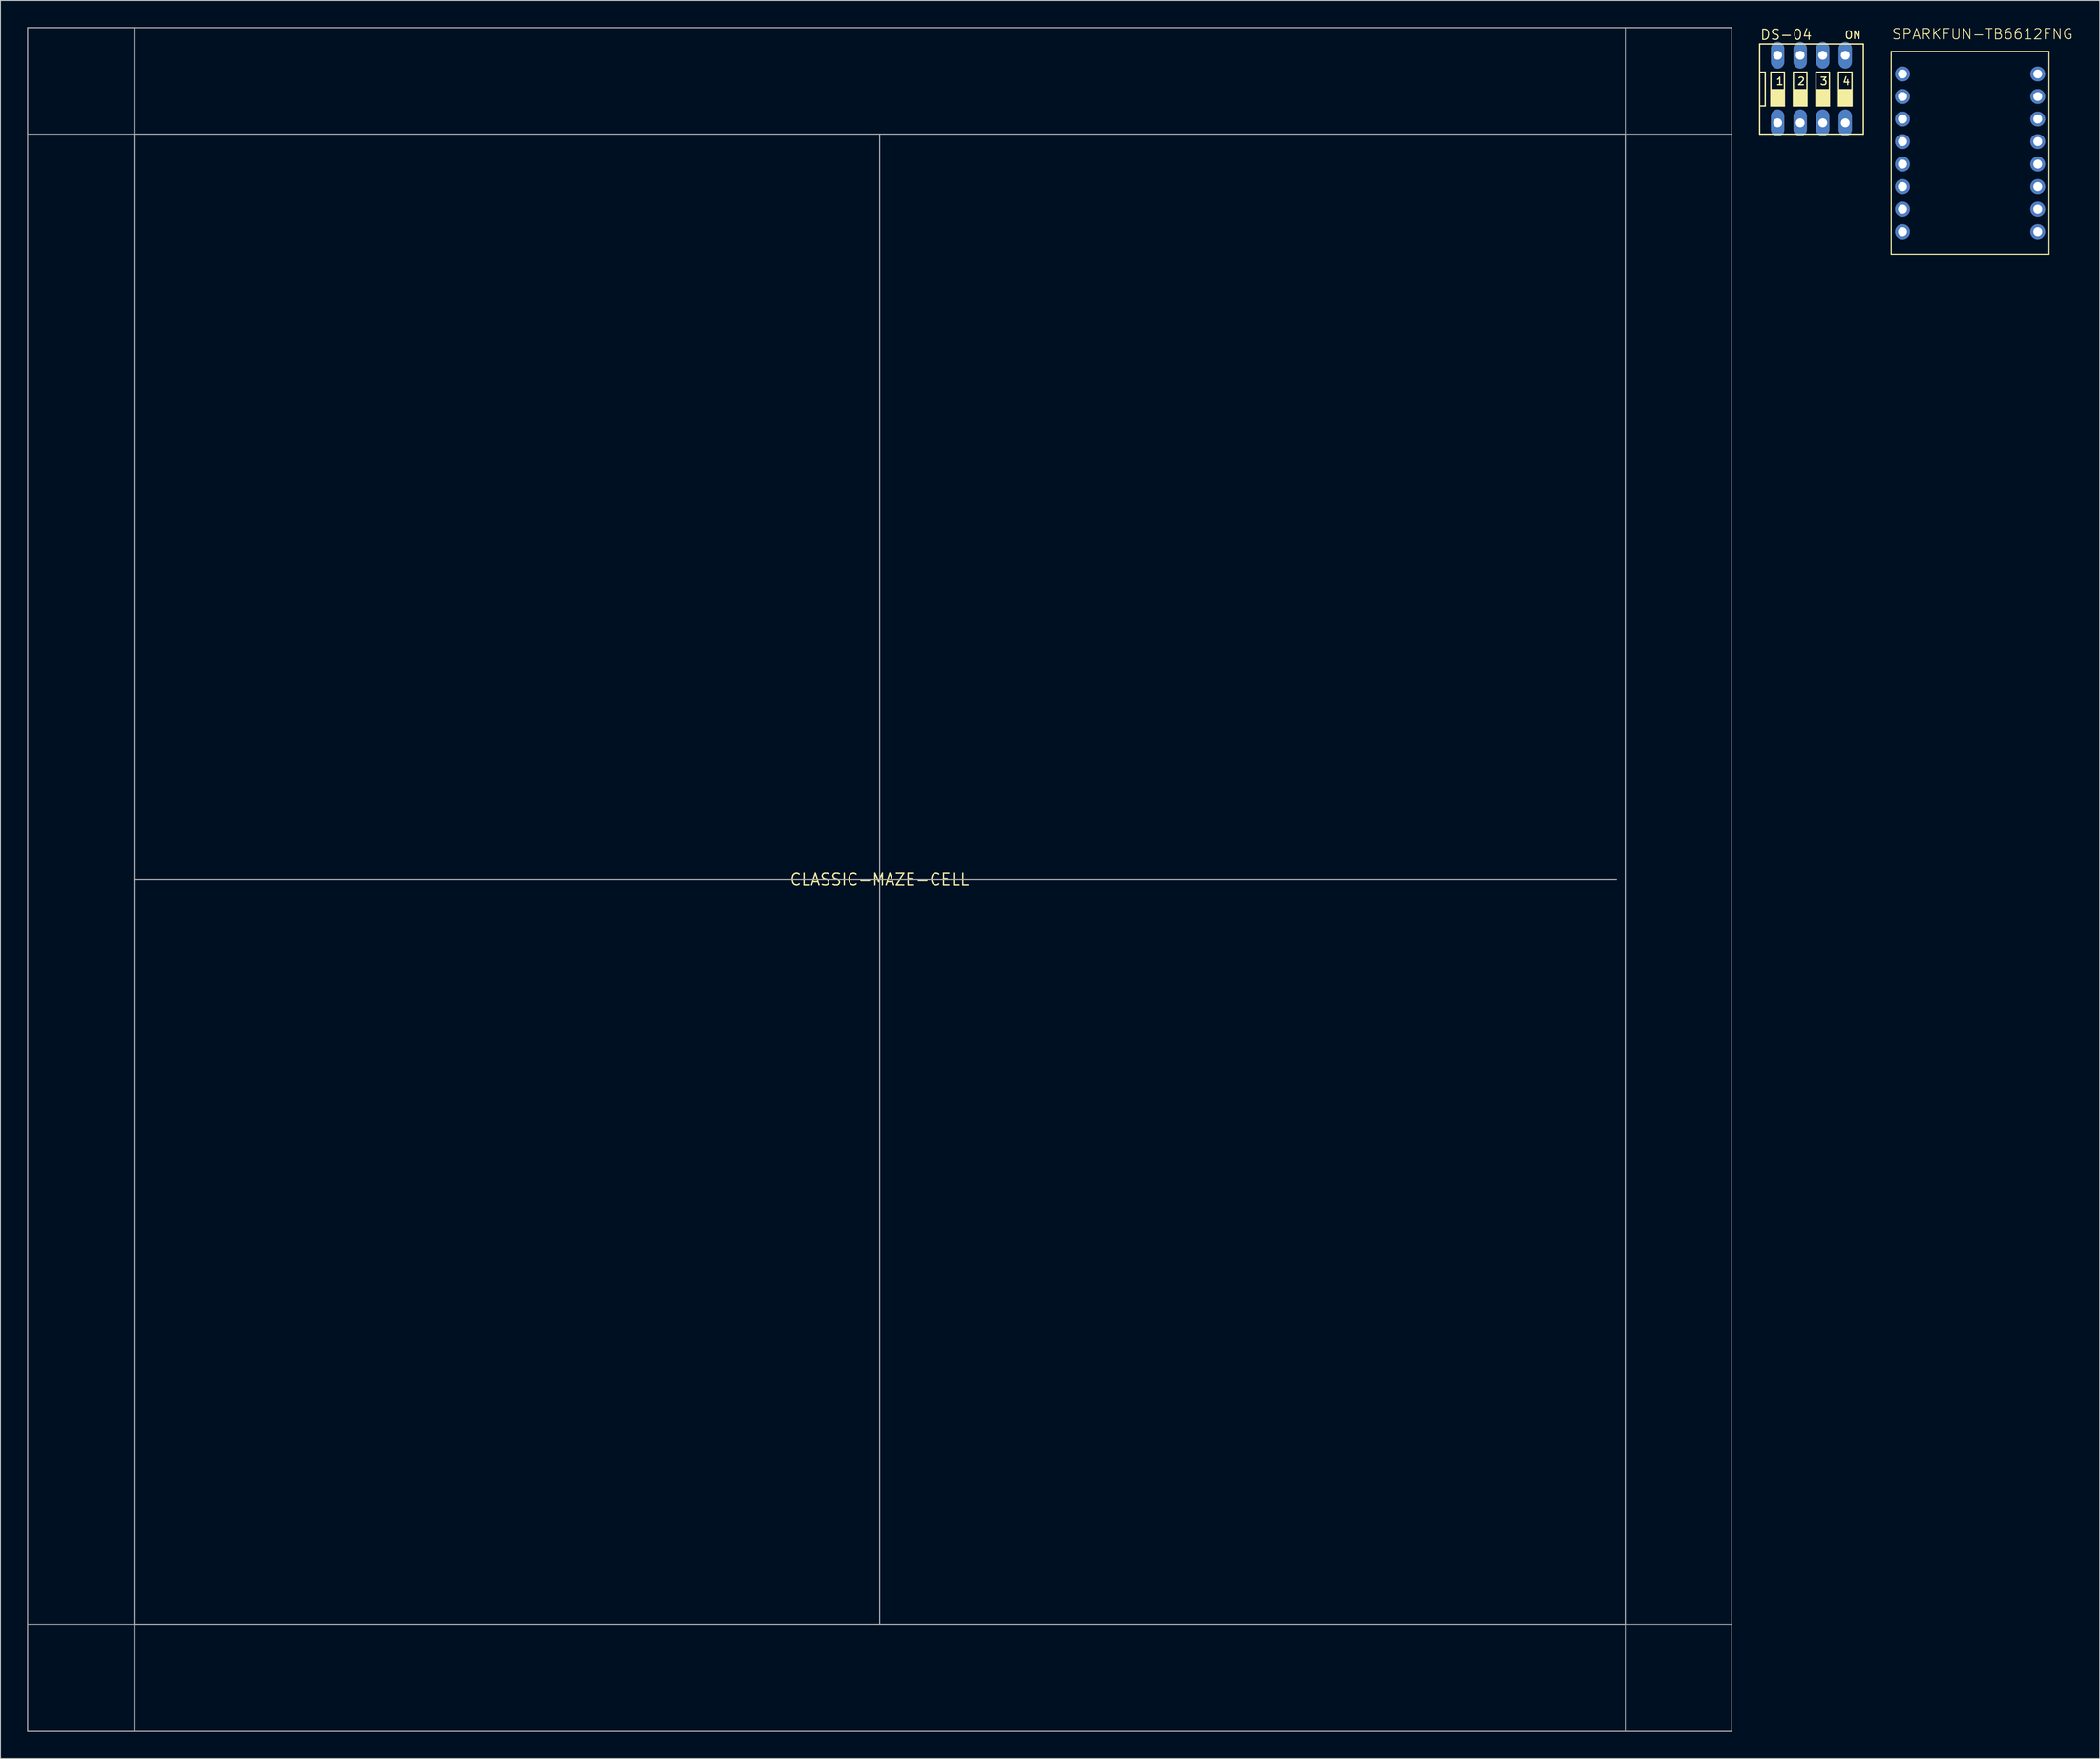
<source format=kicad_pcb>
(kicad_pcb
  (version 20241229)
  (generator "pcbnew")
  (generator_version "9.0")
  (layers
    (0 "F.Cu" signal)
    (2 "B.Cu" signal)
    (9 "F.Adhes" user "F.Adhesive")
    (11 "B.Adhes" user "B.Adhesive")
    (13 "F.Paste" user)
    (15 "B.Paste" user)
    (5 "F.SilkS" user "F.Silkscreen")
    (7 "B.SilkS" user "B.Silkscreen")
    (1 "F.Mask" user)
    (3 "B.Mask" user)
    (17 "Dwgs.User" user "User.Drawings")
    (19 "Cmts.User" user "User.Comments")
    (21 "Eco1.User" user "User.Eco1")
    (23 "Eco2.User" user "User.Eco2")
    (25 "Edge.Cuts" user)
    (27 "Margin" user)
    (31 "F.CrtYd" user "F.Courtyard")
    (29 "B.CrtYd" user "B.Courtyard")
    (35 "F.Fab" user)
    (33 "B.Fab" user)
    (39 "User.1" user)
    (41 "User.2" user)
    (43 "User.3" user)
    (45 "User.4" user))
  (footprint "CLASSIC-MAZE-CELL"
    (layer "F.Cu")
    (at 96.064 96.064)
    (property "Reference" "CLASSIC-MAZE-CELL" (at 0 0 0) (layer "F.SilkS") (effects (font (size 1.27 1.27) (thickness 0.15))))
    (fp_line (start -96 -96) (end 96 -96) (stroke (width 0.127) (type solid)) (layer "F.Fab"))
    (fp_line (start -96 96) (end -96 -96) (stroke (width 0.127) (type solid)) (layer "F.Fab"))
    (fp_line (start -84 -84) (end -84 0) (stroke (width 0.127) (type solid)) (layer "F.Fab"))
    (fp_line (start -84 0) (end -84 84) (stroke (width 0.127) (type solid)) (layer "F.Fab"))
    (fp_line (start -84 0) (end 83 0) (stroke (width 0.127) (type solid)) (layer "F.Fab"))
    (fp_line (start -84 84) (end 0 84) (stroke (width 0.127) (type solid)) (layer "F.Fab"))
    (fp_line (start 0 -84) (end -84 -84) (stroke (width 0.127) (type solid)) (layer "F.Fab"))
    (fp_line (start 0 84) (end 0 -84) (stroke (width 0.127) (type solid)) (layer "F.Fab"))
    (fp_line (start 0 84) (end 84 84) (stroke (width 0.127) (type solid)) (layer "F.Fab"))
    (fp_line (start 84 -84) (end 0 -84) (stroke (width 0.127) (type solid)) (layer "F.Fab"))
    (fp_line (start 84 84) (end 84 -84) (stroke (width 0.127) (type solid)) (layer "F.Fab"))
    (fp_line (start 96 -96) (end 96 96) (stroke (width 0.127) (type solid)) (layer "F.Fab"))
    (fp_line (start 96 96) (end -96 96) (stroke (width 0.127) (type solid)) (layer "F.Fab"))
    (fp_poly (pts (xy -96 -84) (xy -84 -84) (xy -84 -96) (xy -96 -96)) (stroke (width 0.1) (type solid)) (fill no) (layer "F.Fab"))
    (fp_poly (pts (xy -96 96) (xy -84 96) (xy -84 84) (xy -96 84)) (stroke (width 0.1) (type solid)) (fill no) (layer "F.Fab"))
    (fp_poly (pts (xy 84 -84) (xy 96 -84) (xy 96 -96) (xy 84 -96)) (stroke (width 0.1) (type solid)) (fill no) (layer "F.Fab"))
    (fp_poly (pts (xy 84 96) (xy 96 96) (xy 96 84) (xy 84 84)) (stroke (width 0.1) (type solid)) (fill no) (layer "F.Fab")))
  (footprint "DS-04"
    (layer "F.Cu")
    (at 201.045 6.985)
    (property "Reference" "DS-04" (at -5.842 -5.461 0) (layer "F.SilkS") (effects (font (size 1.143 1.143) (thickness 0.127)) (justify left bottom)))
    (fp_line (start -5.842 -5.08) (end -5.842 -1.905) (stroke (width 0.152) (type solid)) (layer "F.SilkS"))
    (fp_line (start -5.842 -1.905) (end -5.842 1.905) (stroke (width 0.152) (type solid)) (layer "F.SilkS"))
    (fp_line (start -5.842 -1.905) (end -5.207 -1.905) (stroke (width 0.152) (type solid)) (layer "F.SilkS"))
    (fp_line (start -5.842 1.905) (end -5.842 5.08) (stroke (width 0.152) (type solid)) (layer "F.SilkS"))
    (fp_line (start -5.842 1.905) (end -5.207 1.905) (stroke (width 0.152) (type solid)) (layer "F.SilkS"))
    (fp_line (start -5.842 5.08) (end 5.842 5.08) (stroke (width 0.152) (type solid)) (layer "F.SilkS"))
    (fp_line (start -5.207 1.905) (end -5.207 -1.905) (stroke (width 0.152) (type solid)) (layer "F.SilkS"))
    (fp_line (start -4.572 -1.905) (end -4.572 1.905) (stroke (width 0.152) (type solid)) (layer "F.SilkS"))
    (fp_line (start -4.572 -1.905) (end -3.048 -1.905) (stroke (width 0.152) (type solid)) (layer "F.SilkS"))
    (fp_line (start -3.048 1.905) (end -4.572 1.905) (stroke (width 0.152) (type solid)) (layer "F.SilkS"))
    (fp_line (start -3.048 1.905) (end -3.048 -1.905) (stroke (width 0.152) (type solid)) (layer "F.SilkS"))
    (fp_line (start -2.032 -1.905) (end -2.032 1.905) (stroke (width 0.152) (type solid)) (layer "F.SilkS"))
    (fp_line (start -2.032 -1.905) (end -0.508 -1.905) (stroke (width 0.152) (type solid)) (layer "F.SilkS"))
    (fp_line (start -0.508 1.905) (end -2.032 1.905) (stroke (width 0.152) (type solid)) (layer "F.SilkS"))
    (fp_line (start -0.508 1.905) (end -0.508 -1.905) (stroke (width 0.152) (type solid)) (layer "F.SilkS"))
    (fp_line (start 0.508 -1.905) (end 0.508 1.905) (stroke (width 0.152) (type solid)) (layer "F.SilkS"))
    (fp_line (start 0.508 -1.905) (end 2.032 -1.905) (stroke (width 0.152) (type solid)) (layer "F.SilkS"))
    (fp_line (start 2.032 1.905) (end 0.508 1.905) (stroke (width 0.152) (type solid)) (layer "F.SilkS"))
    (fp_line (start 2.032 1.905) (end 2.032 -1.905) (stroke (width 0.152) (type solid)) (layer "F.SilkS"))
    (fp_line (start 3.048 -1.905) (end 3.048 1.905) (stroke (width 0.152) (type solid)) (layer "F.SilkS"))
    (fp_line (start 3.048 -1.905) (end 4.572 -1.905) (stroke (width 0.152) (type solid)) (layer "F.SilkS"))
    (fp_line (start 4.572 1.905) (end 3.048 1.905) (stroke (width 0.152) (type solid)) (layer "F.SilkS"))
    (fp_line (start 4.572 1.905) (end 4.572 -1.905) (stroke (width 0.152) (type solid)) (layer "F.SilkS"))
    (fp_line (start 5.842 -5.08) (end -5.842 -5.08) (stroke (width 0.152) (type solid)) (layer "F.SilkS"))
    (fp_line (start 5.842 5.08) (end 5.842 -5.08) (stroke (width 0.152) (type solid)) (layer "F.SilkS"))
    (fp_poly (pts (xy -4.572 1.905) (xy -3.048 1.905) (xy -3.048 0) (xy -4.572 0)) (stroke (width 0) (type solid)) (fill yes) (layer "F.SilkS"))
    (fp_poly (pts (xy -2.032 1.905) (xy -0.508 1.905) (xy -0.508 0) (xy -2.032 0)) (stroke (width 0) (type solid)) (fill yes) (layer "F.SilkS"))
    (fp_poly (pts (xy 0.508 1.905) (xy 2.032 1.905) (xy 2.032 0) (xy 0.508 0)) (stroke (width 0) (type solid)) (fill yes) (layer "F.SilkS"))
    (fp_poly (pts (xy 3.048 1.905) (xy 4.572 1.905) (xy 4.572 0) (xy 3.048 0)) (stroke (width 0) (type solid)) (fill yes) (layer "F.SilkS"))
    (fp_text user "ON" (at 3.683 -5.588 0) (layer "F.SilkS") (effects (font (size 0.852 0.852) (thickness 0.139)) (justify left bottom)))
    (fp_text user "1" (at -4.064 -0.381 0) (layer "F.SilkS") (effects (font (size 0.852 0.852) (thickness 0.139)) (justify left bottom)))
    (fp_text user "3" (at 0.889 -0.381 0) (layer "F.SilkS") (effects (font (size 0.852 0.852) (thickness 0.139)) (justify left bottom)))
    (fp_text user "4" (at 3.429 -0.381 0) (layer "F.SilkS") (effects (font (size 0.852 0.852) (thickness 0.139)) (justify left bottom)))
    (fp_text user "2" (at -1.651 -0.381 0) (layer "F.SilkS") (effects (font (size 0.852 0.852) (thickness 0.139)) (justify left bottom)))
    (pad "1" thru_hole oval (at -3.81 3.81 90) (size 3.016 1.508) (drill 1) (layers "*.Cu" "*.Mask"))
    (pad "2" thru_hole oval (at -1.27 3.81 90) (size 3.016 1.508) (drill 1) (layers "*.Cu" "*.Mask"))
    (pad "3" thru_hole oval (at 1.27 3.81 90) (size 3.016 1.508) (drill 1) (layers "*.Cu" "*.Mask"))
    (pad "4" thru_hole oval (at 3.81 3.81 90) (size 3.016 1.508) (drill 1) (layers "*.Cu" "*.Mask"))
    (pad "5" thru_hole oval (at 3.81 -3.81 90) (size 3.016 1.508) (drill 1) (layers "*.Cu" "*.Mask"))
    (pad "6" thru_hole oval (at 1.27 -3.81 90) (size 3.016 1.508) (drill 1) (layers "*.Cu" "*.Mask"))
    (pad "7" thru_hole oval (at -1.27 -3.81 90) (size 3.016 1.508) (drill 1) (layers "*.Cu" "*.Mask"))
    (pad "8" thru_hole oval (at -3.81 -3.81 90) (size 3.016 1.508) (drill 1) (layers "*.Cu" "*.Mask")))
  (footprint "SPARKFUN-TB6612FNG"
    (layer "F.Cu")
    (at 218.917 15.443)
    (property "Reference" "SPARKFUN-TB6612FNG" (at -8.89 -13.97 0) (layer "F.SilkS") (effects (font (size 1.168 1.168) (thickness 0.102)) (justify left bottom)))
    (fp_line (start -8.89 -12.7) (end 8.89 -12.7) (stroke (width 0.127) (type solid)) (layer "F.SilkS"))
    (fp_line (start -8.89 10.16) (end -8.89 -12.7) (stroke (width 0.127) (type solid)) (layer "F.SilkS"))
    (fp_line (start 8.89 -12.7) (end 8.89 10.16) (stroke (width 0.127) (type solid)) (layer "F.SilkS"))
    (fp_line (start 8.89 10.16) (end -8.89 10.16) (stroke (width 0.127) (type solid)) (layer "F.SilkS"))
    (pad "/STBY" thru_hole circle (at 7.62 -2.54) (size 1.676 1.676) (drill 1) (layers "*.Cu" "*.Mask"))
    (pad "A01" thru_hole circle (at -7.62 -2.54) (size 1.676 1.676) (drill 1) (layers "*.Cu" "*.Mask"))
    (pad "A02" thru_hole circle (at -7.62 0) (size 1.676 1.676) (drill 1) (layers "*.Cu" "*.Mask"))
    (pad "AI1" thru_hole circle (at 7.62 -5.08) (size 1.676 1.676) (drill 1) (layers "*.Cu" "*.Mask"))
    (pad "AI2" thru_hole circle (at 7.62 -7.62) (size 1.676 1.676) (drill 1) (layers "*.Cu" "*.Mask"))
    (pad "B01" thru_hole circle (at -7.62 5.08) (size 1.676 1.676) (drill 1) (layers "*.Cu" "*.Mask"))
    (pad "B02" thru_hole circle (at -7.62 2.54) (size 1.676 1.676) (drill 1) (layers "*.Cu" "*.Mask"))
    (pad "BI1" thru_hole circle (at 7.62 0) (size 1.676 1.676) (drill 1) (layers "*.Cu" "*.Mask"))
    (pad "BI2" thru_hole circle (at 7.62 2.54) (size 1.676 1.676) (drill 1) (layers "*.Cu" "*.Mask"))
    (pad "GND@1" thru_hole circle (at -7.62 -5.08) (size 1.676 1.676) (drill 1) (layers "*.Cu" "*.Mask"))
    (pad "GND@2" thru_hole circle (at -7.62 7.62) (size 1.676 1.676) (drill 1) (layers "*.Cu" "*.Mask"))
    (pad "GND@3" thru_hole circle (at 7.62 7.62) (size 1.676 1.676) (drill 1) (layers "*.Cu" "*.Mask"))
    (pad "PWMA" thru_hole circle (at 7.62 -10.16) (size 1.676 1.676) (drill 1) (layers "*.Cu" "*.Mask"))
    (pad "PWMB" thru_hole circle (at 7.62 5.08) (size 1.676 1.676) (drill 1) (layers "*.Cu" "*.Mask"))
    (pad "VCC" thru_hole circle (at -7.62 -7.62) (size 1.676 1.676) (drill 1) (layers "*.Cu" "*.Mask"))
    (pad "VM" thru_hole circle (at -7.62 -10.16) (size 1.676 1.676) (drill 1) (layers "*.Cu" "*.Mask")))
  (gr_rect
    (start -3 -3)
    (end 233.517 195.127)
    (stroke (width 0.1) (type default))
    (fill no)
    (layer "Edge.Cuts")))
</source>
